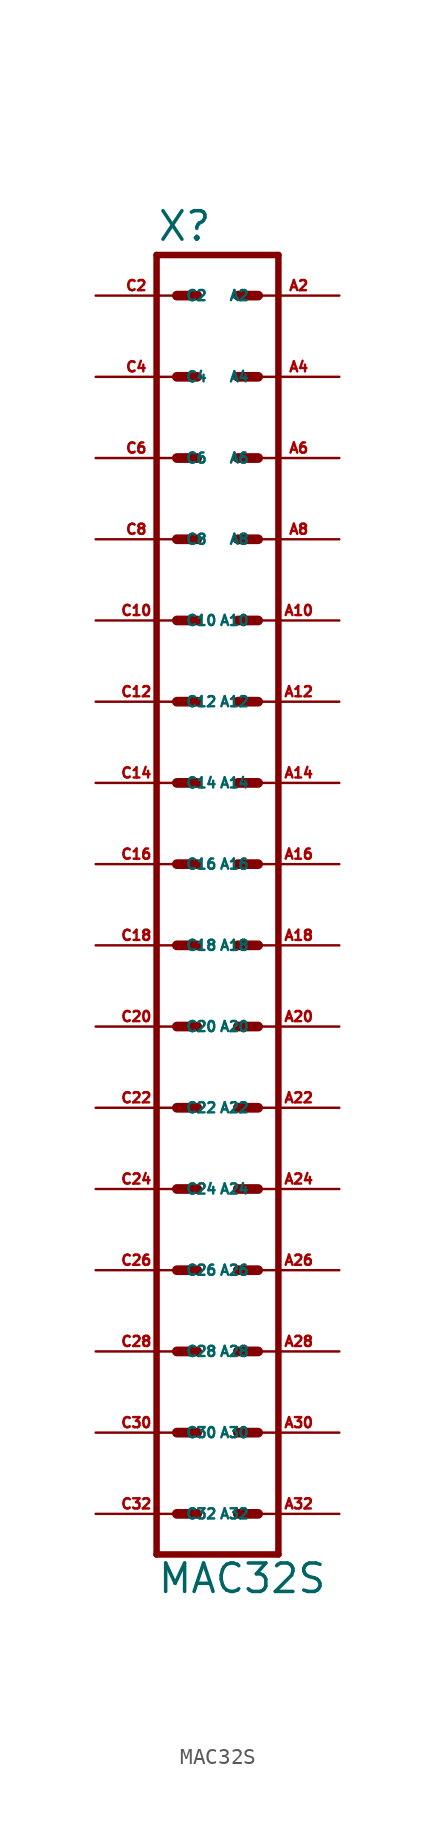
<source format=kicad_sym>
(kicad_symbol_lib
  (version 20220914)
  (generator Eagle2Kicad)
  (symbol "MAC32S"
    (property "Reference" "X"
      (at -3.81 43.942 0)
      (effects (font (size 1.778 1.778) (thickness 0.22)) (justify left bottom)))
    (property "Value" "MAC32S"
      (at -3.81 -40.64 0)
      (effects (font (size 1.778 1.778) (thickness 0.22)) (justify left bottom)))
    (polyline
      (pts (xy 3.81 -38.1) (xy -3.81 -38.1))
      (stroke (width 0.406) (type default))
      (fill (type none)))
    (polyline
      (pts (xy -3.81 43.18) (xy -3.81 -38.1))
      (stroke (width 0.406) (type default))
      (fill (type none)))
    (polyline
      (pts (xy -3.81 43.18) (xy 3.81 43.18))
      (stroke (width 0.406) (type default))
      (fill (type none)))
    (polyline
      (pts (xy 3.81 -38.1) (xy 3.81 43.18))
      (stroke (width 0.406) (type default))
      (fill (type none)))
    (polyline
      (pts (xy -2.54 -35.56) (xy -1.27 -35.56))
      (stroke (width 0.61) (type default))
      (fill (type none)))
    (polyline
      (pts (xy -2.54 -30.48) (xy -1.27 -30.48))
      (stroke (width 0.61) (type default))
      (fill (type none)))
    (polyline
      (pts (xy -2.54 -25.4) (xy -1.27 -25.4))
      (stroke (width 0.61) (type default))
      (fill (type none)))
    (polyline
      (pts (xy -2.54 -20.32) (xy -1.27 -20.32))
      (stroke (width 0.61) (type default))
      (fill (type none)))
    (polyline
      (pts (xy -2.54 -15.24) (xy -1.27 -15.24))
      (stroke (width 0.61) (type default))
      (fill (type none)))
    (polyline
      (pts (xy -2.54 -10.16) (xy -1.27 -10.16))
      (stroke (width 0.61) (type default))
      (fill (type none)))
    (polyline
      (pts (xy -2.54 -5.08) (xy -1.27 -5.08))
      (stroke (width 0.61) (type default))
      (fill (type none)))
    (polyline
      (pts (xy -2.54 0) (xy -1.27 0))
      (stroke (width 0.61) (type default))
      (fill (type none)))
    (polyline
      (pts (xy -2.54 5.08) (xy -1.27 5.08))
      (stroke (width 0.61) (type default))
      (fill (type none)))
    (polyline
      (pts (xy -2.54 10.16) (xy -1.27 10.16))
      (stroke (width 0.61) (type default))
      (fill (type none)))
    (polyline
      (pts (xy -2.54 15.24) (xy -1.27 15.24))
      (stroke (width 0.61) (type default))
      (fill (type none)))
    (polyline
      (pts (xy -2.54 20.32) (xy -1.27 20.32))
      (stroke (width 0.61) (type default))
      (fill (type none)))
    (polyline
      (pts (xy -2.54 25.4) (xy -1.27 25.4))
      (stroke (width 0.61) (type default))
      (fill (type none)))
    (polyline
      (pts (xy -2.54 30.48) (xy -1.27 30.48))
      (stroke (width 0.61) (type default))
      (fill (type none)))
    (polyline
      (pts (xy -2.54 35.56) (xy -1.27 35.56))
      (stroke (width 0.61) (type default))
      (fill (type none)))
    (polyline
      (pts (xy -2.54 40.64) (xy -1.27 40.64))
      (stroke (width 0.61) (type default))
      (fill (type none)))
    (polyline
      (pts (xy 2.54 -35.56) (xy 1.27 -35.56))
      (stroke (width 0.61) (type default))
      (fill (type none)))
    (polyline
      (pts (xy 2.54 -30.48) (xy 1.27 -30.48))
      (stroke (width 0.61) (type default))
      (fill (type none)))
    (polyline
      (pts (xy 2.54 -25.4) (xy 1.27 -25.4))
      (stroke (width 0.61) (type default))
      (fill (type none)))
    (polyline
      (pts (xy 2.54 -20.32) (xy 1.27 -20.32))
      (stroke (width 0.61) (type default))
      (fill (type none)))
    (polyline
      (pts (xy 2.54 -15.24) (xy 1.27 -15.24))
      (stroke (width 0.61) (type default))
      (fill (type none)))
    (polyline
      (pts (xy 2.54 -10.16) (xy 1.27 -10.16))
      (stroke (width 0.61) (type default))
      (fill (type none)))
    (polyline
      (pts (xy 2.54 -5.08) (xy 1.27 -5.08))
      (stroke (width 0.61) (type default))
      (fill (type none)))
    (polyline
      (pts (xy 2.54 0) (xy 1.27 0))
      (stroke (width 0.61) (type default))
      (fill (type none)))
    (polyline
      (pts (xy 2.54 5.08) (xy 1.27 5.08))
      (stroke (width 0.61) (type default))
      (fill (type none)))
    (polyline
      (pts (xy 2.54 10.16) (xy 1.27 10.16))
      (stroke (width 0.61) (type default))
      (fill (type none)))
    (polyline
      (pts (xy 2.54 15.24) (xy 1.27 15.24))
      (stroke (width 0.61) (type default))
      (fill (type none)))
    (polyline
      (pts (xy 2.54 20.32) (xy 1.27 20.32))
      (stroke (width 0.61) (type default))
      (fill (type none)))
    (polyline
      (pts (xy 2.54 25.4) (xy 1.27 25.4))
      (stroke (width 0.61) (type default))
      (fill (type none)))
    (polyline
      (pts (xy 2.54 30.48) (xy 1.27 30.48))
      (stroke (width 0.61) (type default))
      (fill (type none)))
    (polyline
      (pts (xy 2.54 35.56) (xy 1.27 35.56))
      (stroke (width 0.61) (type default))
      (fill (type none)))
    (polyline
      (pts (xy 2.54 40.64) (xy 1.27 40.64))
      (stroke (width 0.61) (type default))
      (fill (type none)))
    (pin passive line
      (at 7.62 40.64 180)
      (length 5.08)
      (name "A2" (effects (font (size 0.635 0.635) (thickness 0.08)) (justify left bottom)))
      (number "A2" (effects (font (size 0.635 0.635) (thickness 0.08)) (justify left bottom))))
    (pin passive line
      (at 7.62 35.56 180)
      (length 5.08)
      (name "A4" (effects (font (size 0.635 0.635) (thickness 0.08)) (justify left bottom)))
      (number "A4" (effects (font (size 0.635 0.635) (thickness 0.08)) (justify left bottom))))
    (pin passive line
      (at 7.62 30.48 180)
      (length 5.08)
      (name "A6" (effects (font (size 0.635 0.635) (thickness 0.08)) (justify left bottom)))
      (number "A6" (effects (font (size 0.635 0.635) (thickness 0.08)) (justify left bottom))))
    (pin passive line
      (at 7.62 25.4 180)
      (length 5.08)
      (name "A8" (effects (font (size 0.635 0.635) (thickness 0.08)) (justify left bottom)))
      (number "A8" (effects (font (size 0.635 0.635) (thickness 0.08)) (justify left bottom))))
    (pin passive line
      (at 7.62 20.32 180)
      (length 5.08)
      (name "A10" (effects (font (size 0.635 0.635) (thickness 0.08)) (justify left bottom)))
      (number "A10" (effects (font (size 0.635 0.635) (thickness 0.08)) (justify left bottom))))
    (pin passive line
      (at 7.62 15.24 180)
      (length 5.08)
      (name "A12" (effects (font (size 0.635 0.635) (thickness 0.08)) (justify left bottom)))
      (number "A12" (effects (font (size 0.635 0.635) (thickness 0.08)) (justify left bottom))))
    (pin passive line
      (at 7.62 10.16 180)
      (length 5.08)
      (name "A14" (effects (font (size 0.635 0.635) (thickness 0.08)) (justify left bottom)))
      (number "A14" (effects (font (size 0.635 0.635) (thickness 0.08)) (justify left bottom))))
    (pin passive line
      (at 7.62 5.08 180)
      (length 5.08)
      (name "A16" (effects (font (size 0.635 0.635) (thickness 0.08)) (justify left bottom)))
      (number "A16" (effects (font (size 0.635 0.635) (thickness 0.08)) (justify left bottom))))
    (pin passive line
      (at 7.62 0 180)
      (length 5.08)
      (name "A18" (effects (font (size 0.635 0.635) (thickness 0.08)) (justify left bottom)))
      (number "A18" (effects (font (size 0.635 0.635) (thickness 0.08)) (justify left bottom))))
    (pin passive line
      (at 7.62 -5.08 180)
      (length 5.08)
      (name "A20" (effects (font (size 0.635 0.635) (thickness 0.08)) (justify left bottom)))
      (number "A20" (effects (font (size 0.635 0.635) (thickness 0.08)) (justify left bottom))))
    (pin passive line
      (at 7.62 -10.16 180)
      (length 5.08)
      (name "A22" (effects (font (size 0.635 0.635) (thickness 0.08)) (justify left bottom)))
      (number "A22" (effects (font (size 0.635 0.635) (thickness 0.08)) (justify left bottom))))
    (pin passive line
      (at 7.62 -15.24 180)
      (length 5.08)
      (name "A24" (effects (font (size 0.635 0.635) (thickness 0.08)) (justify left bottom)))
      (number "A24" (effects (font (size 0.635 0.635) (thickness 0.08)) (justify left bottom))))
    (pin passive line
      (at 7.62 -20.32 180)
      (length 5.08)
      (name "A26" (effects (font (size 0.635 0.635) (thickness 0.08)) (justify left bottom)))
      (number "A26" (effects (font (size 0.635 0.635) (thickness 0.08)) (justify left bottom))))
    (pin passive line
      (at 7.62 -25.4 180)
      (length 5.08)
      (name "A28" (effects (font (size 0.635 0.635) (thickness 0.08)) (justify left bottom)))
      (number "A28" (effects (font (size 0.635 0.635) (thickness 0.08)) (justify left bottom))))
    (pin passive line
      (at 7.62 -30.48 180)
      (length 5.08)
      (name "A30" (effects (font (size 0.635 0.635) (thickness 0.08)) (justify left bottom)))
      (number "A30" (effects (font (size 0.635 0.635) (thickness 0.08)) (justify left bottom))))
    (pin passive line
      (at 7.62 -35.56 180)
      (length 5.08)
      (name "A32" (effects (font (size 0.635 0.635) (thickness 0.08)) (justify left bottom)))
      (number "A32" (effects (font (size 0.635 0.635) (thickness 0.08)) (justify left bottom))))
    (pin passive line
      (at -7.62 40.64 0)
      (length 5.08)
      (name "C2" (effects (font (size 0.635 0.635) (thickness 0.08)) (justify left bottom)))
      (number "C2" (effects (font (size 0.635 0.635) (thickness 0.08)) (justify left bottom))))
    (pin passive line
      (at -7.62 35.56 0)
      (length 5.08)
      (name "C4" (effects (font (size 0.635 0.635) (thickness 0.08)) (justify left bottom)))
      (number "C4" (effects (font (size 0.635 0.635) (thickness 0.08)) (justify left bottom))))
    (pin passive line
      (at -7.62 30.48 0)
      (length 5.08)
      (name "C6" (effects (font (size 0.635 0.635) (thickness 0.08)) (justify left bottom)))
      (number "C6" (effects (font (size 0.635 0.635) (thickness 0.08)) (justify left bottom))))
    (pin passive line
      (at -7.62 25.4 0)
      (length 5.08)
      (name "C8" (effects (font (size 0.635 0.635) (thickness 0.08)) (justify left bottom)))
      (number "C8" (effects (font (size 0.635 0.635) (thickness 0.08)) (justify left bottom))))
    (pin passive line
      (at -7.62 20.32 0)
      (length 5.08)
      (name "C10" (effects (font (size 0.635 0.635) (thickness 0.08)) (justify left bottom)))
      (number "C10" (effects (font (size 0.635 0.635) (thickness 0.08)) (justify left bottom))))
    (pin passive line
      (at -7.62 15.24 0)
      (length 5.08)
      (name "C12" (effects (font (size 0.635 0.635) (thickness 0.08)) (justify left bottom)))
      (number "C12" (effects (font (size 0.635 0.635) (thickness 0.08)) (justify left bottom))))
    (pin passive line
      (at -7.62 10.16 0)
      (length 5.08)
      (name "C14" (effects (font (size 0.635 0.635) (thickness 0.08)) (justify left bottom)))
      (number "C14" (effects (font (size 0.635 0.635) (thickness 0.08)) (justify left bottom))))
    (pin passive line
      (at -7.62 5.08 0)
      (length 5.08)
      (name "C16" (effects (font (size 0.635 0.635) (thickness 0.08)) (justify left bottom)))
      (number "C16" (effects (font (size 0.635 0.635) (thickness 0.08)) (justify left bottom))))
    (pin passive line
      (at -7.62 0 0)
      (length 5.08)
      (name "C18" (effects (font (size 0.635 0.635) (thickness 0.08)) (justify left bottom)))
      (number "C18" (effects (font (size 0.635 0.635) (thickness 0.08)) (justify left bottom))))
    (pin passive line
      (at -7.62 -5.08 0)
      (length 5.08)
      (name "C20" (effects (font (size 0.635 0.635) (thickness 0.08)) (justify left bottom)))
      (number "C20" (effects (font (size 0.635 0.635) (thickness 0.08)) (justify left bottom))))
    (pin passive line
      (at -7.62 -10.16 0)
      (length 5.08)
      (name "C22" (effects (font (size 0.635 0.635) (thickness 0.08)) (justify left bottom)))
      (number "C22" (effects (font (size 0.635 0.635) (thickness 0.08)) (justify left bottom))))
    (pin passive line
      (at -7.62 -15.24 0)
      (length 5.08)
      (name "C24" (effects (font (size 0.635 0.635) (thickness 0.08)) (justify left bottom)))
      (number "C24" (effects (font (size 0.635 0.635) (thickness 0.08)) (justify left bottom))))
    (pin passive line
      (at -7.62 -20.32 0)
      (length 5.08)
      (name "C26" (effects (font (size 0.635 0.635) (thickness 0.08)) (justify left bottom)))
      (number "C26" (effects (font (size 0.635 0.635) (thickness 0.08)) (justify left bottom))))
    (pin passive line
      (at -7.62 -25.4 0)
      (length 5.08)
      (name "C28" (effects (font (size 0.635 0.635) (thickness 0.08)) (justify left bottom)))
      (number "C28" (effects (font (size 0.635 0.635) (thickness 0.08)) (justify left bottom))))
    (pin passive line
      (at -7.62 -30.48 0)
      (length 5.08)
      (name "C30" (effects (font (size 0.635 0.635) (thickness 0.08)) (justify left bottom)))
      (number "C30" (effects (font (size 0.635 0.635) (thickness 0.08)) (justify left bottom))))
    (pin passive line
      (at -7.62 -35.56 0)
      (length 5.08)
      (name "C32" (effects (font (size 0.635 0.635) (thickness 0.08)) (justify left bottom)))
      (number "C32" (effects (font (size 0.635 0.635) (thickness 0.08)) (justify left bottom))))))
</source>
